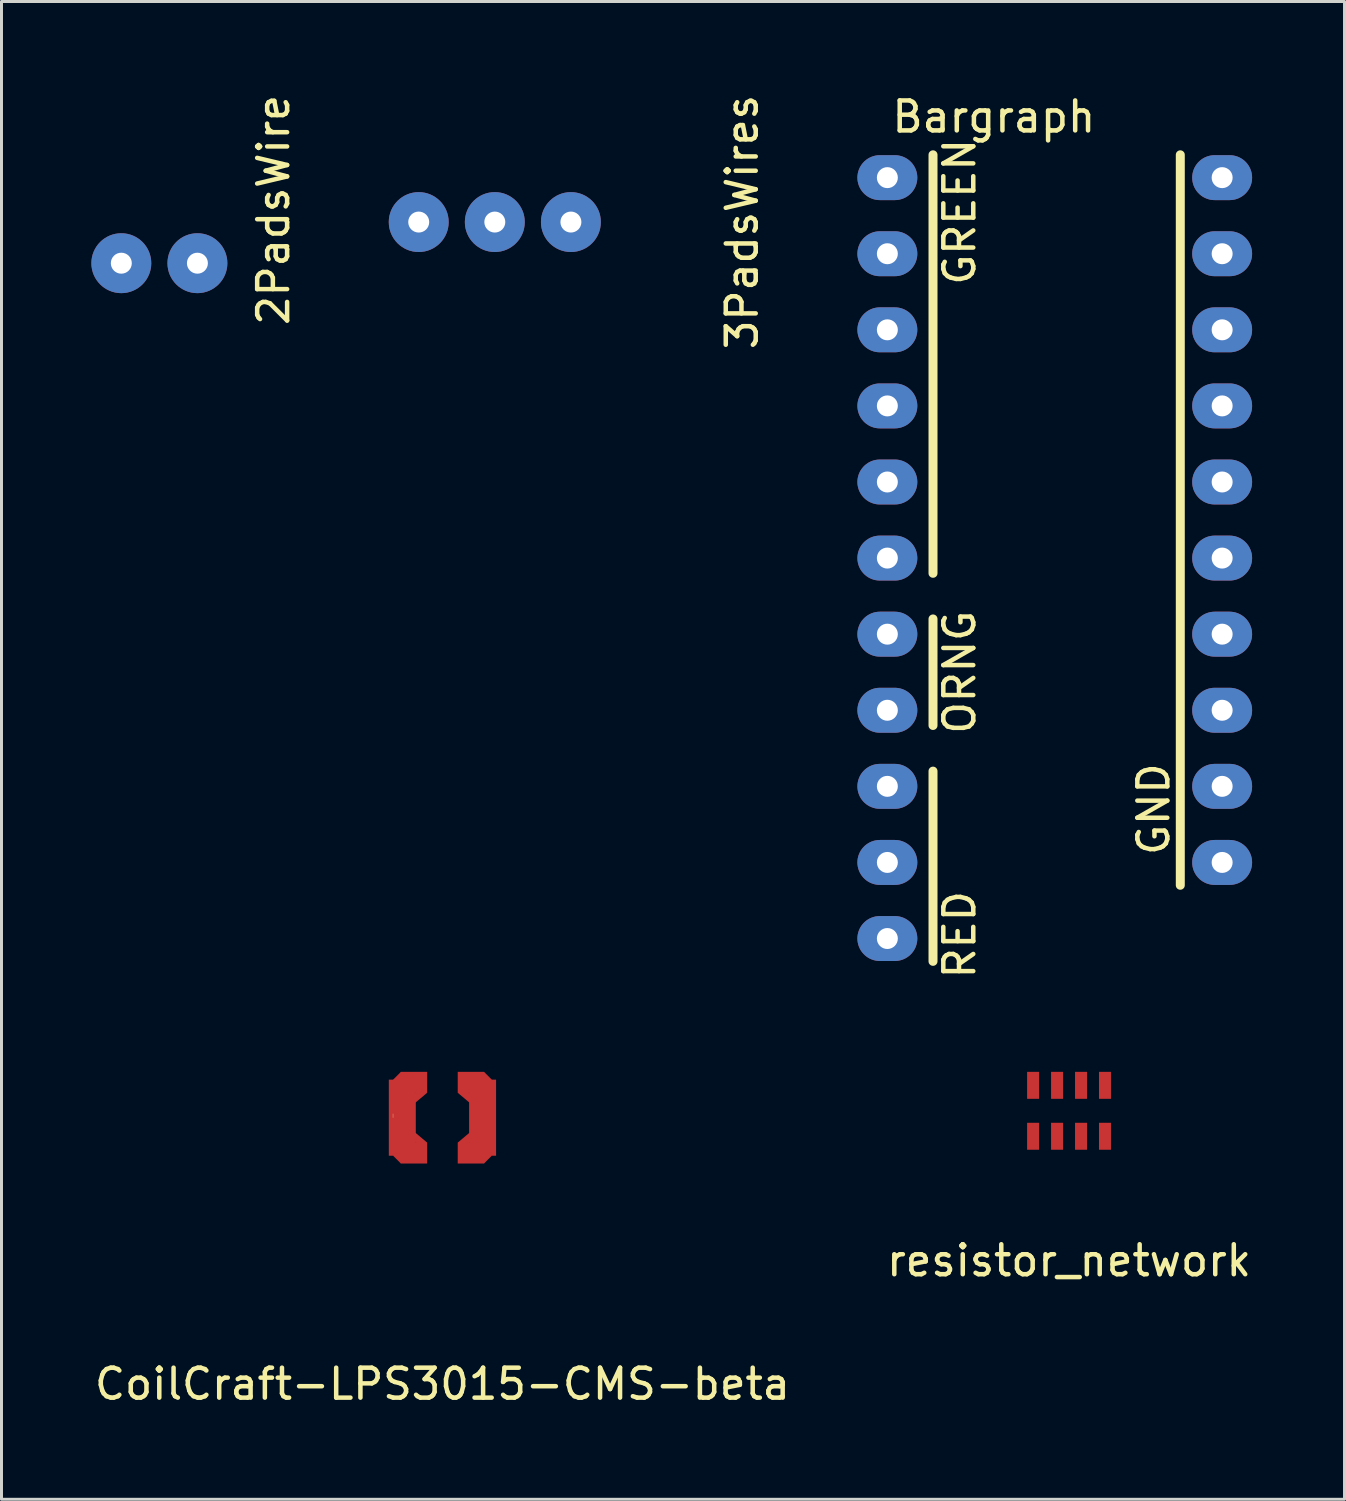
<source format=kicad_pcb>
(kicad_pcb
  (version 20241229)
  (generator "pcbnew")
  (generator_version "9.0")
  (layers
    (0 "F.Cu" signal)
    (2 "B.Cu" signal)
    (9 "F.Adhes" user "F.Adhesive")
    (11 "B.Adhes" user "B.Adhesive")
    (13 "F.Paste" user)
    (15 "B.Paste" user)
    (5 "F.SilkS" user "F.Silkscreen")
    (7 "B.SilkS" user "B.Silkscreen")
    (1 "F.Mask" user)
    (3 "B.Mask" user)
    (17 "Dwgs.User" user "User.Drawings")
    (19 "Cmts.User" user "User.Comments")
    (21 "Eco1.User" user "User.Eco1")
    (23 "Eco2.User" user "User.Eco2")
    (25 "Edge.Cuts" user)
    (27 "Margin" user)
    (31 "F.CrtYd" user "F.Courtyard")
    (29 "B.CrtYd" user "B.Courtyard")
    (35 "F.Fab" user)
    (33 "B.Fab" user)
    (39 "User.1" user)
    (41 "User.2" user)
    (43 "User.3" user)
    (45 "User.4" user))
  (footprint "resistor_network"
    (layer "F.Cu")
    (at 32.637 34.031)
    (property "Reference" "resistor_network" (at 0 5 0) (layer "F.SilkS") (effects (font (size 1 1) (thickness 0.15))))
    (attr through_hole)
    (pad "1" smd rect (at -1.2 0.8) (size 0.4 0.9) (drill (offset 0 0.05)) (layers "F.Cu" "F.Mask" "F.Paste"))
    (pad "2" smd rect (at -0.4 0.8) (size 0.4 0.9) (drill (offset 0 0.05)) (layers "F.Cu" "F.Mask" "F.Paste"))
    (pad "3" smd rect (at 0.4 0.8) (size 0.4 0.9) (drill (offset 0 0.05)) (layers "F.Cu" "F.Mask" "F.Paste"))
    (pad "4" smd rect (at 1.2 0.8) (size 0.4 0.9) (drill (offset 0 0.05)) (layers "F.Cu" "F.Mask" "F.Paste"))
    (pad "5" smd rect (at 1.2 -0.9) (size 0.4 0.9) (drill (offset 0 0.05)) (layers "F.Cu" "F.Mask" "F.Paste"))
    (pad "6" smd rect (at 0.4 -0.9) (size 0.4 0.9) (drill (offset 0 0.05)) (layers "F.Cu" "F.Mask" "F.Paste"))
    (pad "7" smd rect (at -0.4 -0.9) (size 0.4 0.9) (drill (offset 0 0.05)) (layers "F.Cu" "F.Mask" "F.Paste"))
    (pad "8" smd rect (at -1.2 -0.9) (size 0.4 0.9) (drill (offset 0 0.05)) (layers "F.Cu" "F.Mask" "F.Paste")))
  (footprint "3PadsWires"
    (layer "F.Cu")
    (at 13.468 4.363)
    (property "Reference" "3PadsWires" (at 8.255 0 90) (layer "F.SilkS") (effects (font (size 1 1) (thickness 0.15))))
    (attr through_hole)
    (pad "1" thru_hole circle (at 2.54 0) (size 2 2) (drill 0.7) (layers "*.Cu" "*.Mask"))
    (pad "2" thru_hole circle (at 0 0) (size 2 2) (drill 0.7) (layers "*.Cu" "*.Mask"))
    (pad "3" thru_hole circle (at -2.54 0) (size 2 2) (drill 0.7) (layers "*.Cu" "*.Mask")))
  (footprint "CoilCraft-LPS3015-CMS-beta"
    (layer "F.Cu")
    (at 11.72 34.261)
    (property "Reference" "CoilCraft-LPS3015-CMS-beta" (at 0 8.89 0) (layer "F.SilkS") (effects (font (size 1 1) (thickness 0.15))))
    (attr through_hole)
    (fp_line (start -1.65 0) (end -1.65 -0.13) (stroke (width 0.01) (type solid)) (layer "F.SilkS"))
    (pad "1" smd rect (at -1.39 -1.27 45) (size 0.364 0.364) (layers "F.Cu" "F.Mask" "F.Paste"))
    (pad "1" smd rect (at -1.39 1.27 45) (size 0.364 0.364) (layers "F.Cu" "F.Mask" "F.Paste"))
    (pad "1" smd rect (at -1.34 0) (size 0.9 2.54) (layers "F.Cu" "F.Mask" "F.Paste"))
    (pad "1" smd rect (at -0.95 -1.18) (size 0.88 0.7) (layers "F.Cu" "F.Mask" "F.Paste"))
    (pad "1" smd rect (at -0.95 1.18) (size 0.88 0.7) (layers "F.Cu" "F.Mask" "F.Paste"))
    (pad "1" smd rect (at -0.79 -0.76 40.1) (size 0.511 0.25) (layers "F.Cu" "F.Mask" "F.Paste"))
    (pad "1" smd rect (at -0.79 0.76 319.9) (size 0.511 0.25) (layers "F.Cu" "F.Mask" "F.Paste"))
    (pad "2" smd rect (at 0.79 -0.76 319.9) (size 0.511 0.25) (layers "F.Cu" "F.Mask" "F.Paste"))
    (pad "2" smd rect (at 0.79 0.76 40.1) (size 0.511 0.25) (layers "F.Cu" "F.Mask" "F.Paste"))
    (pad "2" smd rect (at 0.95 -1.18) (size 0.88 0.7) (layers "F.Cu" "F.Mask" "F.Paste"))
    (pad "2" smd rect (at 0.95 1.18) (size 0.88 0.7) (layers "F.Cu" "F.Mask" "F.Paste"))
    (pad "2" smd rect (at 1.34 0) (size 0.9 2.54) (layers "F.Cu" "F.Mask" "F.Paste"))
    (pad "2" smd rect (at 1.39 -1.27 45) (size 0.364 0.364) (layers "F.Cu" "F.Mask" "F.Paste"))
    (pad "2" smd rect (at 1.39 1.27 45) (size 0.364 0.364) (layers "F.Cu" "F.Mask" "F.Paste")))
  (footprint "2PadsWire"
    (layer "F.Cu")
    (at 2.27 5.736)
    (property "Reference" "2PadsWire" (at 3.81 -1.778 90) (layer "F.SilkS") (effects (font (size 1 1) (thickness 0.15))))
    (attr through_hole)
    (pad "1" thru_hole circle (at -1.27 0) (size 2 2) (drill 0.7) (layers "*.Cu" "*.Mask"))
    (pad "2" thru_hole circle (at 1.27 0) (size 2 2) (drill 0.7) (layers "*.Cu" "*.Mask")))
  (footprint "Bargraph"
    (layer "F.Cu")
    (at 26.572 5.42)
    (property "Reference" "Bargraph" (at 3.556 -4.572 180) (layer "F.SilkS") (effects (font (size 1 1) (thickness 0.15))))
    (attr through_hole)
    (fp_line (start 1.524 10.668) (end 1.524 -3.302) (stroke (width 0.3) (type solid)) (layer "F.SilkS"))
    (fp_line (start 1.524 15.748) (end 1.524 12.192) (stroke (width 0.3) (type solid)) (layer "F.SilkS"))
    (fp_line (start 1.524 17.272) (end 1.524 23.622) (stroke (width 0.3) (type solid)) (layer "F.SilkS"))
    (fp_line (start 9.779 21.082) (end 9.779 -3.302) (stroke (width 0.3) (type solid)) (layer "F.SilkS"))
    (fp_text user "ORNG" (at 2.413 13.97 90) (layer "F.SilkS") (effects (font (size 1 1) (thickness 0.15))))
    (fp_text user "RED" (at 2.413 22.733 90) (layer "F.SilkS") (effects (font (size 1 1) (thickness 0.15))))
    (fp_text user "GREEN" (at 2.413 -1.397 90) (layer "F.SilkS") (effects (font (size 1 1) (thickness 0.15))))
    (fp_text user "GND" (at 8.89 18.542 90) (layer "F.SilkS") (effects (font (size 1 1) (thickness 0.15))))
    (pad "2" thru_hole oval (at 0 -2.54) (size 2 1.5) (drill 0.7) (layers "*.Cu" "*.Mask"))
    (pad "4" thru_hole oval (at 0 0) (size 2 1.5) (drill 0.7) (layers "*.Cu" "*.Mask"))
    (pad "6" thru_hole oval (at 0 2.54) (size 2 1.5) (drill 0.7) (layers "*.Cu" "*.Mask"))
    (pad "8" thru_hole oval (at 0 5.08) (size 2 1.5) (drill 0.7) (layers "*.Cu" "*.Mask"))
    (pad "10" thru_hole oval (at 0 7.62) (size 2 1.5) (drill 0.7) (layers "*.Cu" "*.Mask"))
    (pad "12" thru_hole oval (at 0 10.16) (size 2 1.5) (drill 0.7) (layers "*.Cu" "*.Mask"))
    (pad "13" thru_hole oval (at 0 12.7) (size 2 1.5) (drill 0.7) (layers "*.Cu" "*.Mask"))
    (pad "14" thru_hole oval (at 0 15.24) (size 2 1.5) (drill 0.7) (layers "*.Cu" "*.Mask"))
    (pad "15" thru_hole oval (at 0 17.78) (size 2 1.5) (drill 0.7) (layers "*.Cu" "*.Mask"))
    (pad "17" thru_hole oval (at 0 20.32) (size 2 1.5) (drill 0.7) (layers "*.Cu" "*.Mask"))
    (pad "19" thru_hole oval (at 0 22.86) (size 2 1.5) (drill 0.7) (layers "*.Cu" "*.Mask"))
    (pad "21" thru_hole oval (at 11.176 20.32) (size 2 1.5) (drill 0.7) (layers "*.Cu" "*.Mask"))
    (pad "22" thru_hole oval (at 11.176 17.78) (size 2 1.5) (drill 0.7) (layers "*.Cu" "*.Mask"))
    (pad "23" thru_hole oval (at 11.176 15.24) (size 2 1.5) (drill 0.7) (layers "*.Cu" "*.Mask"))
    (pad "24" thru_hole oval (at 11.176 12.7) (size 2 1.5) (drill 0.7) (layers "*.Cu" "*.Mask"))
    (pad "25" thru_hole oval (at 11.176 10.16) (size 2 1.5) (drill 0.7) (layers "*.Cu" "*.Mask"))
    (pad "26" thru_hole oval (at 11.176 7.62) (size 2 1.5) (drill 0.7) (layers "*.Cu" "*.Mask"))
    (pad "27" thru_hole oval (at 11.176 5.08) (size 2 1.5) (drill 0.7) (layers "*.Cu" "*.Mask"))
    (pad "28" thru_hole oval (at 11.176 2.54) (size 2 1.5) (drill 0.7) (layers "*.Cu" "*.Mask"))
    (pad "29" thru_hole oval (at 11.176 0) (size 2 1.5) (drill 0.7) (layers "*.Cu" "*.Mask"))
    (pad "30" thru_hole oval (at 11.176 -2.54) (size 2 1.5) (drill 0.7) (layers "*.Cu" "*.Mask")))
  (gr_rect
    (start -3 -3)
    (end 41.833 46.999)
    (stroke (width 0.1) (type default))
    (fill no)
    (layer "Edge.Cuts")))
</source>
